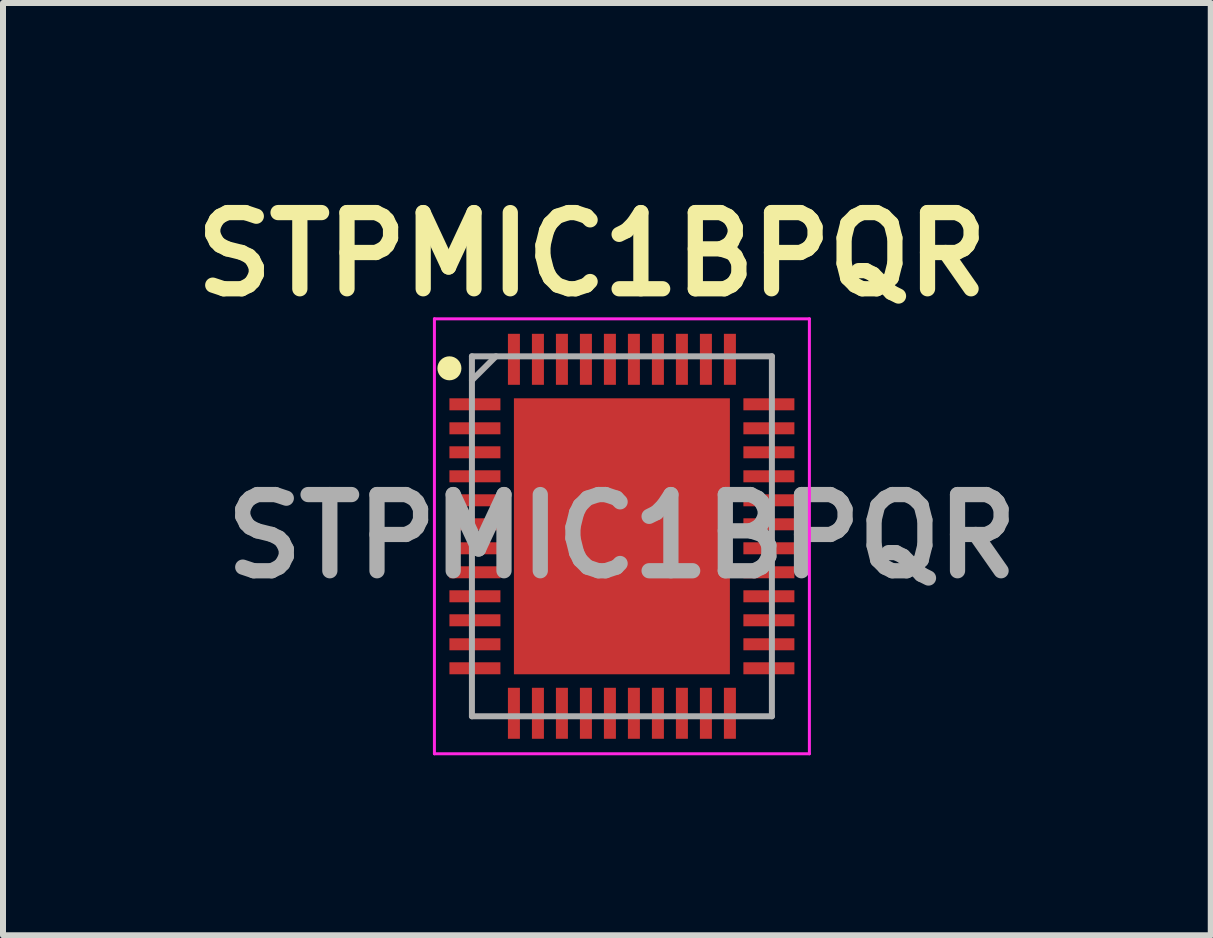
<source format=kicad_pcb>
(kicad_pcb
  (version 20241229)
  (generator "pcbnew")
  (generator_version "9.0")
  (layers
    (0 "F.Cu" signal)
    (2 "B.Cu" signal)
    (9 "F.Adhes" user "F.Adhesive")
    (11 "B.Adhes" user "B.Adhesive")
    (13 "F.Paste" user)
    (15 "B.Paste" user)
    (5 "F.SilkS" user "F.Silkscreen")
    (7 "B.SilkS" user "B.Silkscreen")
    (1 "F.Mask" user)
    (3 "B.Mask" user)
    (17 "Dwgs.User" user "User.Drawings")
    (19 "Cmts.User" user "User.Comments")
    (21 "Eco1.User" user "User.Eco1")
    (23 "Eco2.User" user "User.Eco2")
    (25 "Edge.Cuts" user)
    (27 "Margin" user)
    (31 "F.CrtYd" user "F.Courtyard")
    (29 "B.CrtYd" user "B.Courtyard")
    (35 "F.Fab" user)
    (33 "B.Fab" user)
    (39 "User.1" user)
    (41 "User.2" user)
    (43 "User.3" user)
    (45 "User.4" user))
  (footprint "STPMIC1BPQR"
    (layer "F.Cu")
    (at 7.316 5.889)
    (property "Reference" "STPMIC1BPQR" (at -0.5 -4.7 0) (layer "F.SilkS") (effects (font (size 1.27 1.27) (thickness 0.254))))
    (attr smd)
    (fp_circle (center -2.875 -2.8) (end -2.875 -2.7) (stroke (width 0.2) (type solid)) (fill no) (layer "F.SilkS"))
    (fp_line (start -3.125 -3.625) (end 3.125 -3.625) (stroke (width 0.05) (type solid)) (layer "F.CrtYd"))
    (fp_line (start -3.125 3.625) (end -3.125 -3.625) (stroke (width 0.05) (type solid)) (layer "F.CrtYd"))
    (fp_line (start 3.125 -3.625) (end 3.125 3.625) (stroke (width 0.05) (type solid)) (layer "F.CrtYd"))
    (fp_line (start 3.125 3.625) (end -3.125 3.625) (stroke (width 0.05) (type solid)) (layer "F.CrtYd"))
    (fp_line (start -2.5 -3) (end 2.5 -3) (stroke (width 0.1) (type solid)) (layer "F.Fab"))
    (fp_line (start -2.5 -2.6) (end -2.1 -3) (stroke (width 0.1) (type solid)) (layer "F.Fab"))
    (fp_line (start -2.5 3) (end -2.5 -3) (stroke (width 0.1) (type solid)) (layer "F.Fab"))
    (fp_line (start 2.5 -3) (end 2.5 3) (stroke (width 0.1) (type solid)) (layer "F.Fab"))
    (fp_line (start 2.5 3) (end -2.5 3) (stroke (width 0.1) (type solid)) (layer "F.Fab"))
    (fp_text user "${REFERENCE}" (at 0 0 0) (layer "F.Fab") (effects (font (size 1.27 1.27) (thickness 0.254))))
    (pad "1" smd rect (at -2.45 -2.2 90) (size 0.2 0.85) (layers "F.Cu" "F.Mask" "F.Paste"))
    (pad "2" smd rect (at -2.45 -1.8 90) (size 0.2 0.85) (layers "F.Cu" "F.Mask" "F.Paste"))
    (pad "3" smd rect (at -2.45 -1.4 90) (size 0.2 0.85) (layers "F.Cu" "F.Mask" "F.Paste"))
    (pad "4" smd rect (at -2.45 -1 90) (size 0.2 0.85) (layers "F.Cu" "F.Mask" "F.Paste"))
    (pad "5" smd rect (at -2.45 -0.6 90) (size 0.2 0.85) (layers "F.Cu" "F.Mask" "F.Paste"))
    (pad "6" smd rect (at -2.45 -0.2 90) (size 0.2 0.85) (layers "F.Cu" "F.Mask" "F.Paste"))
    (pad "7" smd rect (at -2.45 0.2 90) (size 0.2 0.85) (layers "F.Cu" "F.Mask" "F.Paste"))
    (pad "8" smd rect (at -2.45 0.6 90) (size 0.2 0.85) (layers "F.Cu" "F.Mask" "F.Paste"))
    (pad "9" smd rect (at -2.45 1 90) (size 0.2 0.85) (layers "F.Cu" "F.Mask" "F.Paste"))
    (pad "10" smd rect (at -2.45 1.4 90) (size 0.2 0.85) (layers "F.Cu" "F.Mask" "F.Paste"))
    (pad "11" smd rect (at -2.45 1.8 90) (size 0.2 0.85) (layers "F.Cu" "F.Mask" "F.Paste"))
    (pad "12" smd rect (at -2.45 2.2 90) (size 0.2 0.85) (layers "F.Cu" "F.Mask" "F.Paste"))
    (pad "13" smd rect (at -1.8 2.95) (size 0.2 0.85) (layers "F.Cu" "F.Mask" "F.Paste"))
    (pad "14" smd rect (at -1.4 2.95) (size 0.2 0.85) (layers "F.Cu" "F.Mask" "F.Paste"))
    (pad "15" smd rect (at -1 2.95) (size 0.2 0.85) (layers "F.Cu" "F.Mask" "F.Paste"))
    (pad "16" smd rect (at -0.6 2.95) (size 0.2 0.85) (layers "F.Cu" "F.Mask" "F.Paste"))
    (pad "17" smd rect (at -0.2 2.95) (size 0.2 0.85) (layers "F.Cu" "F.Mask" "F.Paste"))
    (pad "18" smd rect (at 0.2 2.95) (size 0.2 0.85) (layers "F.Cu" "F.Mask" "F.Paste"))
    (pad "19" smd rect (at 0.6 2.95) (size 0.2 0.85) (layers "F.Cu" "F.Mask" "F.Paste"))
    (pad "20" smd rect (at 1 2.95) (size 0.2 0.85) (layers "F.Cu" "F.Mask" "F.Paste"))
    (pad "21" smd rect (at 1.4 2.95) (size 0.2 0.85) (layers "F.Cu" "F.Mask" "F.Paste"))
    (pad "22" smd rect (at 1.8 2.95) (size 0.2 0.85) (layers "F.Cu" "F.Mask" "F.Paste"))
    (pad "23" smd rect (at 2.45 2.2 90) (size 0.2 0.85) (layers "F.Cu" "F.Mask" "F.Paste"))
    (pad "24" smd rect (at 2.45 1.8 90) (size 0.2 0.85) (layers "F.Cu" "F.Mask" "F.Paste"))
    (pad "25" smd rect (at 2.45 1.4 90) (size 0.2 0.85) (layers "F.Cu" "F.Mask" "F.Paste"))
    (pad "26" smd rect (at 2.45 1 90) (size 0.2 0.85) (layers "F.Cu" "F.Mask" "F.Paste"))
    (pad "27" smd rect (at 2.45 0.6 90) (size 0.2 0.85) (layers "F.Cu" "F.Mask" "F.Paste"))
    (pad "28" smd rect (at 2.45 0.2 90) (size 0.2 0.85) (layers "F.Cu" "F.Mask" "F.Paste"))
    (pad "29" smd rect (at 2.45 -0.2 90) (size 0.2 0.85) (layers "F.Cu" "F.Mask" "F.Paste"))
    (pad "30" smd rect (at 2.45 -0.6 90) (size 0.2 0.85) (layers "F.Cu" "F.Mask" "F.Paste"))
    (pad "31" smd rect (at 2.45 -1 90) (size 0.2 0.85) (layers "F.Cu" "F.Mask" "F.Paste"))
    (pad "32" smd rect (at 2.45 -1.4 90) (size 0.2 0.85) (layers "F.Cu" "F.Mask" "F.Paste"))
    (pad "33" smd rect (at 2.45 -1.8 90) (size 0.2 0.85) (layers "F.Cu" "F.Mask" "F.Paste"))
    (pad "34" smd rect (at 2.45 -2.2 90) (size 0.2 0.85) (layers "F.Cu" "F.Mask" "F.Paste"))
    (pad "35" smd rect (at 1.8 -2.95) (size 0.2 0.85) (layers "F.Cu" "F.Mask" "F.Paste"))
    (pad "36" smd rect (at 1.4 -2.95) (size 0.2 0.85) (layers "F.Cu" "F.Mask" "F.Paste"))
    (pad "37" smd rect (at 1 -2.95) (size 0.2 0.85) (layers "F.Cu" "F.Mask" "F.Paste"))
    (pad "38" smd rect (at 0.6 -2.95) (size 0.2 0.85) (layers "F.Cu" "F.Mask" "F.Paste"))
    (pad "39" smd rect (at 0.2 -2.95) (size 0.2 0.85) (layers "F.Cu" "F.Mask" "F.Paste"))
    (pad "40" smd rect (at -0.2 -2.95) (size 0.2 0.85) (layers "F.Cu" "F.Mask" "F.Paste"))
    (pad "41" smd rect (at -0.6 -2.95) (size 0.2 0.85) (layers "F.Cu" "F.Mask" "F.Paste"))
    (pad "42" smd rect (at -1 -2.95) (size 0.2 0.85) (layers "F.Cu" "F.Mask" "F.Paste"))
    (pad "43" smd rect (at -1.4 -2.95) (size 0.2 0.85) (layers "F.Cu" "F.Mask" "F.Paste"))
    (pad "44" smd rect (at -1.8 -2.95) (size 0.2 0.85) (layers "F.Cu" "F.Mask" "F.Paste"))
    (pad "ep" smd rect (at 0 0) (size 3.6 4.6) (layers "F.Cu" "F.Mask" "F.Paste")))
  (gr_rect
    (start -3 -3)
    (end 17.131 12.539)
    (stroke (width 0.1) (type default))
    (fill no)
    (layer "Edge.Cuts")))
</source>
